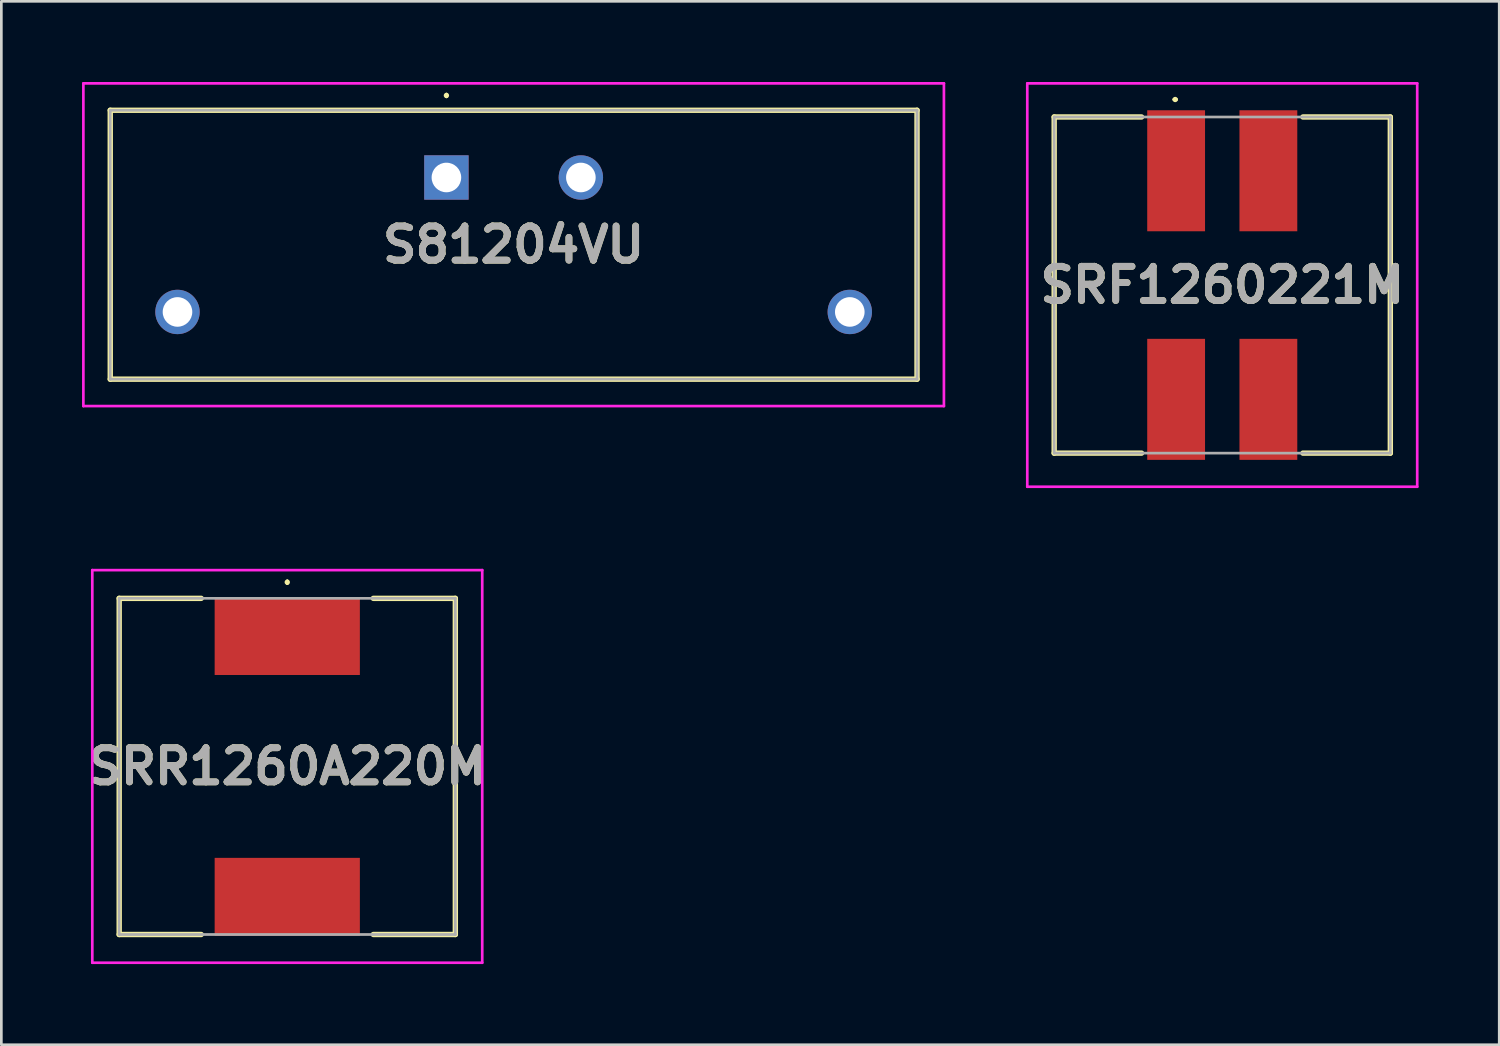
<source format=kicad_pcb>
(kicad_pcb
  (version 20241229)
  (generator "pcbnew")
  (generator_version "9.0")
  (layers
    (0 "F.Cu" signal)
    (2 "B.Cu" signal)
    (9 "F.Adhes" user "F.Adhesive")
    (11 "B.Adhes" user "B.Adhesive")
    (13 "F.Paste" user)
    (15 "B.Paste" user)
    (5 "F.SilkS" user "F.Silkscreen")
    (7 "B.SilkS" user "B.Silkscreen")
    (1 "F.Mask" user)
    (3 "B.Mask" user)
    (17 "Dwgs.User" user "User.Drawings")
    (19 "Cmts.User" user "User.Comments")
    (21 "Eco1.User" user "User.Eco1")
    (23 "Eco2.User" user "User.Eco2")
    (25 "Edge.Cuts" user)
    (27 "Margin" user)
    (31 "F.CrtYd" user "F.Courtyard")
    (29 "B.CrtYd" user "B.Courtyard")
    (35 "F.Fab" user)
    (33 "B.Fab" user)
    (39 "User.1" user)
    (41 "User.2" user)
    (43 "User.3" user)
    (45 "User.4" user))
  (footprint "SRF1260221M"
    (layer "F.Cu")
    (at 42.4 7.55)
    (property "Reference" "SRF1260221M" (at 0 0 0) (layer "F.SilkS") (effects (font (size 1.27 1.27) (thickness 0.254))))
    (attr smd)
    (fp_line (start -6.25 -6.25) (end -6.25 6.25) (stroke (width 0.2) (type solid)) (layer "F.SilkS"))
    (fp_line (start -6.25 6.25) (end -3 6.25) (stroke (width 0.2) (type solid)) (layer "F.SilkS"))
    (fp_line (start -3 -6.25) (end -6.25 -6.25) (stroke (width 0.2) (type solid)) (layer "F.SilkS"))
    (fp_line (start -1.8 -6.9) (end -1.8 -6.9) (stroke (width 0.1) (type solid)) (layer "F.SilkS"))
    (fp_line (start -1.7 -6.9) (end -1.7 -6.9) (stroke (width 0.1) (type solid)) (layer "F.SilkS"))
    (fp_line (start 3 6.25) (end 6.25 6.25) (stroke (width 0.2) (type solid)) (layer "F.SilkS"))
    (fp_line (start 6.25 -6.25) (end 3 -6.25) (stroke (width 0.2) (type solid)) (layer "F.SilkS"))
    (fp_line (start 6.25 6.25) (end 6.25 -6.25) (stroke (width 0.2) (type solid)) (layer "F.SilkS"))
    (fp_arc (start -1.8 -6.9) (mid -1.75 -6.95) (end -1.7 -6.9) (stroke (width 0.1) (type solid)) (layer "F.SilkS"))
    (fp_arc (start -1.7 -6.9) (mid -1.75 -6.85) (end -1.8 -6.9) (stroke (width 0.1) (type solid)) (layer "F.SilkS"))
    (fp_line (start -7.25 -7.5) (end 7.25 -7.5) (stroke (width 0.1) (type solid)) (layer "F.CrtYd"))
    (fp_line (start -7.25 7.5) (end -7.25 -7.5) (stroke (width 0.1) (type solid)) (layer "F.CrtYd"))
    (fp_line (start 7.25 -7.5) (end 7.25 7.5) (stroke (width 0.1) (type solid)) (layer "F.CrtYd"))
    (fp_line (start 7.25 7.5) (end -7.25 7.5) (stroke (width 0.1) (type solid)) (layer "F.CrtYd"))
    (fp_line (start -6.25 -6.25) (end 6.25 -6.25) (stroke (width 0.1) (type solid)) (layer "F.Fab"))
    (fp_line (start -6.25 6.25) (end -6.25 -6.25) (stroke (width 0.1) (type solid)) (layer "F.Fab"))
    (fp_line (start 6.25 -6.25) (end 6.25 6.25) (stroke (width 0.1) (type solid)) (layer "F.Fab"))
    (fp_line (start 6.25 6.25) (end -6.25 6.25) (stroke (width 0.1) (type solid)) (layer "F.Fab"))
    (fp_text user "${REFERENCE}" (at 0 0 0) (layer "F.Fab") (effects (font (size 1.27 1.27) (thickness 0.254))))
    (pad "1" smd rect (at -1.715 -4.25) (size 2.15 4.5) (layers "F.Cu" "F.Mask" "F.Paste"))
    (pad "2" smd rect (at 1.715 -4.25) (size 2.15 4.5) (layers "F.Cu" "F.Mask" "F.Paste"))
    (pad "3" smd rect (at 1.715 4.25) (size 2.15 4.5) (layers "F.Cu" "F.Mask" "F.Paste"))
    (pad "4" smd rect (at -1.715 4.25) (size 2.15 4.5) (layers "F.Cu" "F.Mask" "F.Paste")))
  (footprint "SRR1260A220M"
    (layer "F.Cu")
    (at 7.632 25.45)
    (property "Reference" "SRR1260A220M" (at 0 0 0) (layer "F.SilkS") (effects (font (size 1.27 1.27) (thickness 0.254))))
    (attr smd)
    (fp_line (start -6.25 -6.25) (end -6.25 6.25) (stroke (width 0.2) (type solid)) (layer "F.SilkS"))
    (fp_line (start -6.25 6.25) (end -3.2 6.25) (stroke (width 0.2) (type solid)) (layer "F.SilkS"))
    (fp_line (start -3.2 -6.25) (end -6.25 -6.25) (stroke (width 0.2) (type solid)) (layer "F.SilkS"))
    (fp_line (start 0 -6.9) (end 0 -6.9) (stroke (width 0.1) (type solid)) (layer "F.SilkS"))
    (fp_line (start 0 -6.8) (end 0 -6.8) (stroke (width 0.1) (type solid)) (layer "F.SilkS"))
    (fp_line (start 3.2 6.25) (end 6.25 6.25) (stroke (width 0.2) (type solid)) (layer "F.SilkS"))
    (fp_line (start 6.25 -6.25) (end 3.2 -6.25) (stroke (width 0.2) (type solid)) (layer "F.SilkS"))
    (fp_line (start 6.25 6.25) (end 6.25 -6.25) (stroke (width 0.2) (type solid)) (layer "F.SilkS"))
    (fp_arc (start 0 -6.9) (mid 0.05 -6.85) (end 0 -6.8) (stroke (width 0.1) (type solid)) (layer "F.SilkS"))
    (fp_arc (start 0 -6.8) (mid -0.05 -6.85) (end 0 -6.9) (stroke (width 0.1) (type solid)) (layer "F.SilkS"))
    (fp_line (start -7.25 -7.3) (end 7.25 -7.3) (stroke (width 0.1) (type solid)) (layer "F.CrtYd"))
    (fp_line (start -7.25 7.3) (end -7.25 -7.3) (stroke (width 0.1) (type solid)) (layer "F.CrtYd"))
    (fp_line (start 7.25 -7.3) (end 7.25 7.3) (stroke (width 0.1) (type solid)) (layer "F.CrtYd"))
    (fp_line (start 7.25 7.3) (end -7.25 7.3) (stroke (width 0.1) (type solid)) (layer "F.CrtYd"))
    (fp_line (start -6.25 -6.25) (end -6.25 6.25) (stroke (width 0.1) (type solid)) (layer "F.Fab"))
    (fp_line (start -6.25 6.25) (end 6.25 6.25) (stroke (width 0.1) (type solid)) (layer "F.Fab"))
    (fp_line (start 6.25 -6.25) (end -6.25 -6.25) (stroke (width 0.1) (type solid)) (layer "F.Fab"))
    (fp_line (start 6.25 6.25) (end 6.25 -6.25) (stroke (width 0.1) (type solid)) (layer "F.Fab"))
    (fp_text user "${REFERENCE}" (at 0 0 0) (layer "F.Fab") (effects (font (size 1.27 1.27) (thickness 0.254))))
    (pad "1" smd rect (at 0 -4.85 90) (size 2.9 5.4) (layers "F.Cu" "F.Mask" "F.Paste"))
    (pad "2" smd rect (at 0 4.85 90) (size 2.9 5.4) (layers "F.Cu" "F.Mask" "F.Paste")))
  (footprint "S81204VU"
    (layer "F.Cu")
    (at 13.55 3.55)
    (property "Reference" "S81204VU" (at 2.5 2.5 0) (layer "F.SilkS") (effects (font (size 1.27 1.27) (thickness 0.254))))
    (attr through_hole)
    (fp_line (start -12.5 -2.5) (end 17.5 -2.5) (stroke (width 0.2) (type solid)) (layer "F.SilkS"))
    (fp_line (start -12.5 7.5) (end -12.5 -2.5) (stroke (width 0.2) (type solid)) (layer "F.SilkS"))
    (fp_line (start 0 -3.1) (end 0 -3.1) (stroke (width 0.1) (type solid)) (layer "F.SilkS"))
    (fp_line (start 0 -3) (end 0 -3) (stroke (width 0.1) (type solid)) (layer "F.SilkS"))
    (fp_line (start 17.5 -2.5) (end 17.5 7.5) (stroke (width 0.2) (type solid)) (layer "F.SilkS"))
    (fp_line (start 17.5 7.5) (end -12.5 7.5) (stroke (width 0.2) (type solid)) (layer "F.SilkS"))
    (fp_arc (start 0 -3.1) (mid 0.05 -3.05) (end 0 -3) (stroke (width 0.1) (type solid)) (layer "F.SilkS"))
    (fp_arc (start 0 -3) (mid -0.05 -3.05) (end 0 -3.1) (stroke (width 0.1) (type solid)) (layer "F.SilkS"))
    (fp_line (start -13.5 -3.5) (end -13.5 8.5) (stroke (width 0.1) (type solid)) (layer "F.CrtYd"))
    (fp_line (start -13.5 8.5) (end 18.5 8.5) (stroke (width 0.1) (type solid)) (layer "F.CrtYd"))
    (fp_line (start 18.5 -3.5) (end -13.5 -3.5) (stroke (width 0.1) (type solid)) (layer "F.CrtYd"))
    (fp_line (start 18.5 8.5) (end 18.5 -3.5) (stroke (width 0.1) (type solid)) (layer "F.CrtYd"))
    (fp_line (start -12.5 -2.5) (end 17.5 -2.5) (stroke (width 0.1) (type solid)) (layer "F.Fab"))
    (fp_line (start -12.5 7.5) (end -12.5 -2.5) (stroke (width 0.1) (type solid)) (layer "F.Fab"))
    (fp_line (start 17.5 -2.5) (end 17.5 7.5) (stroke (width 0.1) (type solid)) (layer "F.Fab"))
    (fp_line (start 17.5 7.5) (end -12.5 7.5) (stroke (width 0.1) (type solid)) (layer "F.Fab"))
    (fp_text user "${REFERENCE}" (at 2.5 2.5 0) (layer "F.Fab") (effects (font (size 1.27 1.27) (thickness 0.254))))
    (pad "1" thru_hole rect (at 0 0) (size 1.65 1.65) (drill 1.1) (layers "*.Cu" "*.Mask"))
    (pad "2" thru_hole circle (at 5 0) (size 1.65 1.65) (drill 1.1) (layers "*.Cu" "*.Mask"))
    (pad "3" thru_hole circle (at -10 5) (size 1.65 1.65) (drill 1.1) (layers "*.Cu" "*.Mask"))
    (pad "4" thru_hole circle (at 15 5) (size 1.65 1.65) (drill 1.1) (layers "*.Cu" "*.Mask")))
  (gr_rect
    (start -3 -3)
    (end 52.7 35.8)
    (stroke (width 0.1) (type default))
    (fill no)
    (layer "Edge.Cuts")))
</source>
